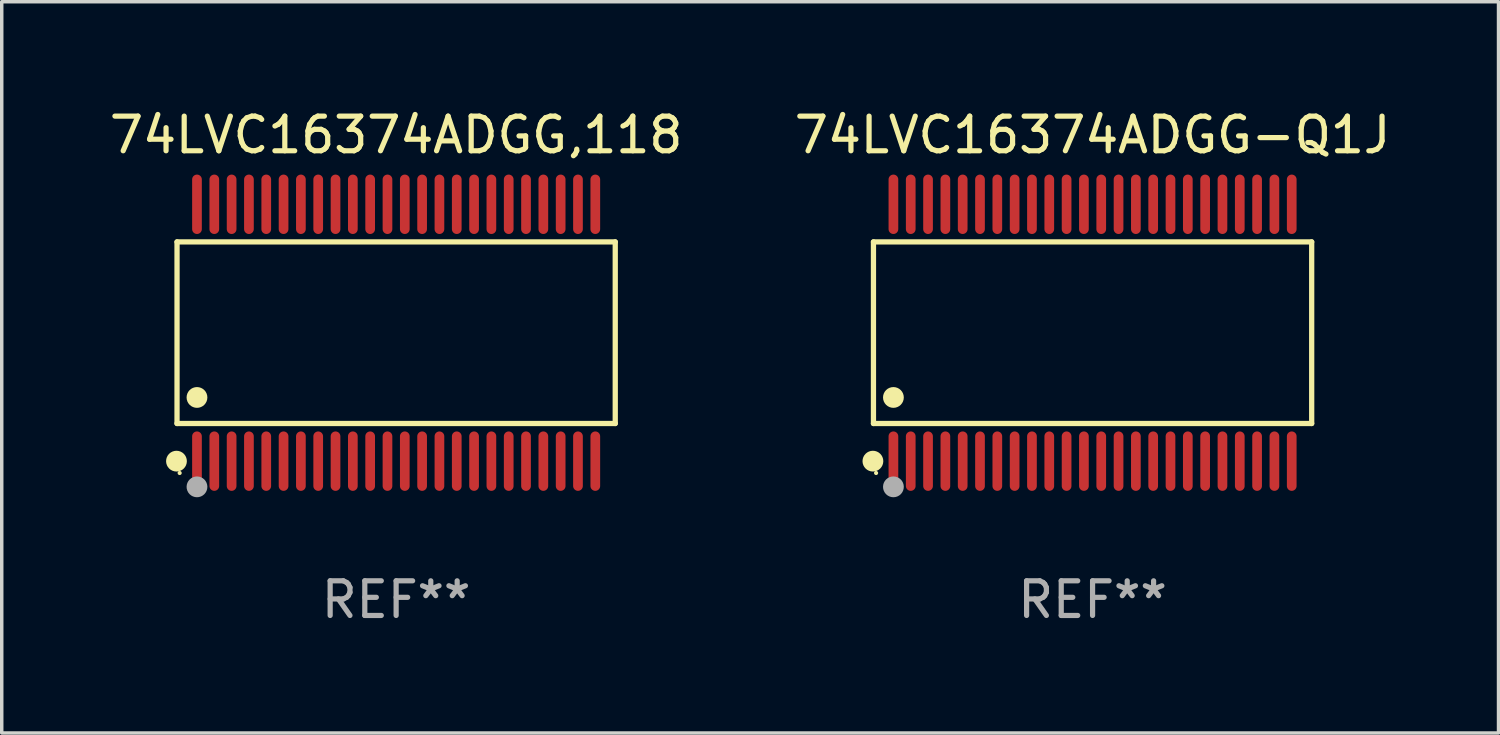
<source format=kicad_pcb>
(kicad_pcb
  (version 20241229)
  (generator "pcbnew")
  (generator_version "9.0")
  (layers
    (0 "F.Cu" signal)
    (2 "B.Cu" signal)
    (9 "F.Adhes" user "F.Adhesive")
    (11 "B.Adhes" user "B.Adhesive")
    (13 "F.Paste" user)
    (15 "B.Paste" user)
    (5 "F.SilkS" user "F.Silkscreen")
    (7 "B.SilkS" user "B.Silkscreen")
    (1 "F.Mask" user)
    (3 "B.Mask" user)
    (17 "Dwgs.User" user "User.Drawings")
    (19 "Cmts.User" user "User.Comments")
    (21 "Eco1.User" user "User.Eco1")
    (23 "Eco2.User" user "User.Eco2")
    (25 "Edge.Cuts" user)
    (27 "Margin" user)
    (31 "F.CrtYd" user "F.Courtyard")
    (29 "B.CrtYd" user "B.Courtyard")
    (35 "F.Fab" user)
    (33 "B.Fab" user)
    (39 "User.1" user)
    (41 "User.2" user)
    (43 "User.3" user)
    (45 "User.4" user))
  (footprint "74LVC16374ADGG-Q1J"
    (layer "F.Cu")
    (at 28.494 6.556)
    (property "Reference" "74LVC16374ADGG-Q1J" (at 0 -5.708 0) (layer "F.SilkS") (effects (font (size 1 1) (thickness 0.15))))
    (attr through_hole)
    (fp_line (start -6.326 -2.622) (end 6.326 -2.622) (stroke (width 0.152) (type solid)) (layer "F.SilkS"))
    (fp_line (start -6.326 2.621) (end -6.326 -2.622) (stroke (width 0.152) (type solid)) (layer "F.SilkS"))
    (fp_line (start 6.326 -2.622) (end 6.326 2.621) (stroke (width 0.152) (type solid)) (layer "F.SilkS"))
    (fp_line (start 6.326 2.621) (end -6.326 2.621) (stroke (width 0.152) (type solid)) (layer "F.SilkS"))
    (fp_circle (center -6.342 3.708) (end -6.192 3.708) (stroke (width 0.3) (type solid)) (fill no) (layer "F.SilkS"))
    (fp_circle (center -6.25 4.05) (end -6.22 4.05) (stroke (width 0.06) (type solid)) (fill no) (layer "F.SilkS"))
    (fp_circle (center -5.75 1.869) (end -5.6 1.869) (stroke (width 0.3) (type solid)) (fill no) (layer "F.SilkS"))
    (fp_circle (center -5.75 4.45) (end -5.6 4.45) (stroke (width 0.3) (type solid)) (fill no) (layer "F.Fab"))
    (fp_text user "REF**" (at 0 7.708 0) (layer "F.Fab") (effects (font (size 1 1) (thickness 0.15))))
    (pad "1" smd oval (at -5.75 3.708) (size 0.28 1.715) (layers "F.Cu" "F.Mask" "F.Paste"))
    (pad "2" smd oval (at -5.25 3.708) (size 0.28 1.715) (layers "F.Cu" "F.Mask" "F.Paste"))
    (pad "3" smd oval (at -4.75 3.708) (size 0.28 1.715) (layers "F.Cu" "F.Mask" "F.Paste"))
    (pad "4" smd oval (at -4.25 3.708) (size 0.28 1.715) (layers "F.Cu" "F.Mask" "F.Paste"))
    (pad "5" smd oval (at -3.75 3.708) (size 0.28 1.715) (layers "F.Cu" "F.Mask" "F.Paste"))
    (pad "6" smd oval (at -3.25 3.708) (size 0.28 1.715) (layers "F.Cu" "F.Mask" "F.Paste"))
    (pad "7" smd oval (at -2.75 3.708) (size 0.28 1.715) (layers "F.Cu" "F.Mask" "F.Paste"))
    (pad "8" smd oval (at -2.25 3.708) (size 0.28 1.715) (layers "F.Cu" "F.Mask" "F.Paste"))
    (pad "9" smd oval (at -1.75 3.708) (size 0.28 1.715) (layers "F.Cu" "F.Mask" "F.Paste"))
    (pad "10" smd oval (at -1.25 3.708) (size 0.28 1.715) (layers "F.Cu" "F.Mask" "F.Paste"))
    (pad "11" smd oval (at -0.75 3.708) (size 0.28 1.715) (layers "F.Cu" "F.Mask" "F.Paste"))
    (pad "12" smd oval (at -0.25 3.708) (size 0.28 1.715) (layers "F.Cu" "F.Mask" "F.Paste"))
    (pad "13" smd oval (at 0.25 3.708) (size 0.28 1.715) (layers "F.Cu" "F.Mask" "F.Paste"))
    (pad "14" smd oval (at 0.75 3.708) (size 0.28 1.715) (layers "F.Cu" "F.Mask" "F.Paste"))
    (pad "15" smd oval (at 1.25 3.708) (size 0.28 1.715) (layers "F.Cu" "F.Mask" "F.Paste"))
    (pad "16" smd oval (at 1.75 3.708) (size 0.28 1.715) (layers "F.Cu" "F.Mask" "F.Paste"))
    (pad "17" smd oval (at 2.25 3.708) (size 0.28 1.715) (layers "F.Cu" "F.Mask" "F.Paste"))
    (pad "18" smd oval (at 2.75 3.708) (size 0.28 1.715) (layers "F.Cu" "F.Mask" "F.Paste"))
    (pad "19" smd oval (at 3.25 3.708) (size 0.28 1.715) (layers "F.Cu" "F.Mask" "F.Paste"))
    (pad "20" smd oval (at 3.75 3.708) (size 0.28 1.715) (layers "F.Cu" "F.Mask" "F.Paste"))
    (pad "21" smd oval (at 4.25 3.708) (size 0.28 1.715) (layers "F.Cu" "F.Mask" "F.Paste"))
    (pad "22" smd oval (at 4.75 3.708) (size 0.28 1.715) (layers "F.Cu" "F.Mask" "F.Paste"))
    (pad "23" smd oval (at 5.25 3.708) (size 0.28 1.715) (layers "F.Cu" "F.Mask" "F.Paste"))
    (pad "24" smd oval (at 5.75 3.708) (size 0.28 1.715) (layers "F.Cu" "F.Mask" "F.Paste"))
    (pad "25" smd oval (at 5.75 -3.708) (size 0.28 1.715) (layers "F.Cu" "F.Mask" "F.Paste"))
    (pad "26" smd oval (at 5.25 -3.708) (size 0.28 1.715) (layers "F.Cu" "F.Mask" "F.Paste"))
    (pad "27" smd oval (at 4.75 -3.708) (size 0.28 1.715) (layers "F.Cu" "F.Mask" "F.Paste"))
    (pad "28" smd oval (at 4.25 -3.708) (size 0.28 1.715) (layers "F.Cu" "F.Mask" "F.Paste"))
    (pad "29" smd oval (at 3.75 -3.708) (size 0.28 1.715) (layers "F.Cu" "F.Mask" "F.Paste"))
    (pad "30" smd oval (at 3.25 -3.708) (size 0.28 1.715) (layers "F.Cu" "F.Mask" "F.Paste"))
    (pad "31" smd oval (at 2.75 -3.708) (size 0.28 1.715) (layers "F.Cu" "F.Mask" "F.Paste"))
    (pad "32" smd oval (at 2.25 -3.708) (size 0.28 1.715) (layers "F.Cu" "F.Mask" "F.Paste"))
    (pad "33" smd oval (at 1.75 -3.708) (size 0.28 1.715) (layers "F.Cu" "F.Mask" "F.Paste"))
    (pad "34" smd oval (at 1.25 -3.708) (size 0.28 1.715) (layers "F.Cu" "F.Mask" "F.Paste"))
    (pad "35" smd oval (at 0.75 -3.708) (size 0.28 1.715) (layers "F.Cu" "F.Mask" "F.Paste"))
    (pad "36" smd oval (at 0.25 -3.708) (size 0.28 1.715) (layers "F.Cu" "F.Mask" "F.Paste"))
    (pad "37" smd oval (at -0.25 -3.708) (size 0.28 1.715) (layers "F.Cu" "F.Mask" "F.Paste"))
    (pad "38" smd oval (at -0.75 -3.708) (size 0.28 1.715) (layers "F.Cu" "F.Mask" "F.Paste"))
    (pad "39" smd oval (at -1.25 -3.708) (size 0.28 1.715) (layers "F.Cu" "F.Mask" "F.Paste"))
    (pad "40" smd oval (at -1.75 -3.708) (size 0.28 1.715) (layers "F.Cu" "F.Mask" "F.Paste"))
    (pad "41" smd oval (at -2.25 -3.708) (size 0.28 1.715) (layers "F.Cu" "F.Mask" "F.Paste"))
    (pad "42" smd oval (at -2.75 -3.708) (size 0.28 1.715) (layers "F.Cu" "F.Mask" "F.Paste"))
    (pad "43" smd oval (at -3.25 -3.708) (size 0.28 1.715) (layers "F.Cu" "F.Mask" "F.Paste"))
    (pad "44" smd oval (at -3.75 -3.708) (size 0.28 1.715) (layers "F.Cu" "F.Mask" "F.Paste"))
    (pad "45" smd oval (at -4.25 -3.708) (size 0.28 1.715) (layers "F.Cu" "F.Mask" "F.Paste"))
    (pad "46" smd oval (at -4.75 -3.708) (size 0.28 1.715) (layers "F.Cu" "F.Mask" "F.Paste"))
    (pad "47" smd oval (at -5.25 -3.708) (size 0.28 1.715) (layers "F.Cu" "F.Mask" "F.Paste"))
    (pad "48" smd oval (at -5.75 -3.708) (size 0.28 1.715) (layers "F.Cu" "F.Mask" "F.Paste")))
  (footprint "74LVC16374ADGG,118"
    (layer "F.Cu")
    (at 8.387 6.556)
    (property "Reference" "74LVC16374ADGG,118" (at 0 -5.708 0) (layer "F.SilkS") (effects (font (size 1 1) (thickness 0.15))))
    (attr through_hole)
    (fp_line (start -6.326 -2.622) (end 6.326 -2.622) (stroke (width 0.152) (type solid)) (layer "F.SilkS"))
    (fp_line (start -6.326 2.621) (end -6.326 -2.622) (stroke (width 0.152) (type solid)) (layer "F.SilkS"))
    (fp_line (start 6.326 -2.622) (end 6.326 2.621) (stroke (width 0.152) (type solid)) (layer "F.SilkS"))
    (fp_line (start 6.326 2.621) (end -6.326 2.621) (stroke (width 0.152) (type solid)) (layer "F.SilkS"))
    (fp_circle (center -6.342 3.708) (end -6.192 3.708) (stroke (width 0.3) (type solid)) (fill no) (layer "F.SilkS"))
    (fp_circle (center -6.25 4.05) (end -6.22 4.05) (stroke (width 0.06) (type solid)) (fill no) (layer "F.SilkS"))
    (fp_circle (center -5.75 1.869) (end -5.6 1.869) (stroke (width 0.3) (type solid)) (fill no) (layer "F.SilkS"))
    (fp_circle (center -5.75 4.45) (end -5.6 4.45) (stroke (width 0.3) (type solid)) (fill no) (layer "F.Fab"))
    (fp_text user "REF**" (at 0 7.708 0) (layer "F.Fab") (effects (font (size 1 1) (thickness 0.15))))
    (pad "1" smd oval (at -5.75 3.708) (size 0.28 1.715) (layers "F.Cu" "F.Mask" "F.Paste"))
    (pad "2" smd oval (at -5.25 3.708) (size 0.28 1.715) (layers "F.Cu" "F.Mask" "F.Paste"))
    (pad "3" smd oval (at -4.75 3.708) (size 0.28 1.715) (layers "F.Cu" "F.Mask" "F.Paste"))
    (pad "4" smd oval (at -4.25 3.708) (size 0.28 1.715) (layers "F.Cu" "F.Mask" "F.Paste"))
    (pad "5" smd oval (at -3.75 3.708) (size 0.28 1.715) (layers "F.Cu" "F.Mask" "F.Paste"))
    (pad "6" smd oval (at -3.25 3.708) (size 0.28 1.715) (layers "F.Cu" "F.Mask" "F.Paste"))
    (pad "7" smd oval (at -2.75 3.708) (size 0.28 1.715) (layers "F.Cu" "F.Mask" "F.Paste"))
    (pad "8" smd oval (at -2.25 3.708) (size 0.28 1.715) (layers "F.Cu" "F.Mask" "F.Paste"))
    (pad "9" smd oval (at -1.75 3.708) (size 0.28 1.715) (layers "F.Cu" "F.Mask" "F.Paste"))
    (pad "10" smd oval (at -1.25 3.708) (size 0.28 1.715) (layers "F.Cu" "F.Mask" "F.Paste"))
    (pad "11" smd oval (at -0.75 3.708) (size 0.28 1.715) (layers "F.Cu" "F.Mask" "F.Paste"))
    (pad "12" smd oval (at -0.25 3.708) (size 0.28 1.715) (layers "F.Cu" "F.Mask" "F.Paste"))
    (pad "13" smd oval (at 0.25 3.708) (size 0.28 1.715) (layers "F.Cu" "F.Mask" "F.Paste"))
    (pad "14" smd oval (at 0.75 3.708) (size 0.28 1.715) (layers "F.Cu" "F.Mask" "F.Paste"))
    (pad "15" smd oval (at 1.25 3.708) (size 0.28 1.715) (layers "F.Cu" "F.Mask" "F.Paste"))
    (pad "16" smd oval (at 1.75 3.708) (size 0.28 1.715) (layers "F.Cu" "F.Mask" "F.Paste"))
    (pad "17" smd oval (at 2.25 3.708) (size 0.28 1.715) (layers "F.Cu" "F.Mask" "F.Paste"))
    (pad "18" smd oval (at 2.75 3.708) (size 0.28 1.715) (layers "F.Cu" "F.Mask" "F.Paste"))
    (pad "19" smd oval (at 3.25 3.708) (size 0.28 1.715) (layers "F.Cu" "F.Mask" "F.Paste"))
    (pad "20" smd oval (at 3.75 3.708) (size 0.28 1.715) (layers "F.Cu" "F.Mask" "F.Paste"))
    (pad "21" smd oval (at 4.25 3.708) (size 0.28 1.715) (layers "F.Cu" "F.Mask" "F.Paste"))
    (pad "22" smd oval (at 4.75 3.708) (size 0.28 1.715) (layers "F.Cu" "F.Mask" "F.Paste"))
    (pad "23" smd oval (at 5.25 3.708) (size 0.28 1.715) (layers "F.Cu" "F.Mask" "F.Paste"))
    (pad "24" smd oval (at 5.75 3.708) (size 0.28 1.715) (layers "F.Cu" "F.Mask" "F.Paste"))
    (pad "25" smd oval (at 5.75 -3.708) (size 0.28 1.715) (layers "F.Cu" "F.Mask" "F.Paste"))
    (pad "26" smd oval (at 5.25 -3.708) (size 0.28 1.715) (layers "F.Cu" "F.Mask" "F.Paste"))
    (pad "27" smd oval (at 4.75 -3.708) (size 0.28 1.715) (layers "F.Cu" "F.Mask" "F.Paste"))
    (pad "28" smd oval (at 4.25 -3.708) (size 0.28 1.715) (layers "F.Cu" "F.Mask" "F.Paste"))
    (pad "29" smd oval (at 3.75 -3.708) (size 0.28 1.715) (layers "F.Cu" "F.Mask" "F.Paste"))
    (pad "30" smd oval (at 3.25 -3.708) (size 0.28 1.715) (layers "F.Cu" "F.Mask" "F.Paste"))
    (pad "31" smd oval (at 2.75 -3.708) (size 0.28 1.715) (layers "F.Cu" "F.Mask" "F.Paste"))
    (pad "32" smd oval (at 2.25 -3.708) (size 0.28 1.715) (layers "F.Cu" "F.Mask" "F.Paste"))
    (pad "33" smd oval (at 1.75 -3.708) (size 0.28 1.715) (layers "F.Cu" "F.Mask" "F.Paste"))
    (pad "34" smd oval (at 1.25 -3.708) (size 0.28 1.715) (layers "F.Cu" "F.Mask" "F.Paste"))
    (pad "35" smd oval (at 0.75 -3.708) (size 0.28 1.715) (layers "F.Cu" "F.Mask" "F.Paste"))
    (pad "36" smd oval (at 0.25 -3.708) (size 0.28 1.715) (layers "F.Cu" "F.Mask" "F.Paste"))
    (pad "37" smd oval (at -0.25 -3.708) (size 0.28 1.715) (layers "F.Cu" "F.Mask" "F.Paste"))
    (pad "38" smd oval (at -0.75 -3.708) (size 0.28 1.715) (layers "F.Cu" "F.Mask" "F.Paste"))
    (pad "39" smd oval (at -1.25 -3.708) (size 0.28 1.715) (layers "F.Cu" "F.Mask" "F.Paste"))
    (pad "40" smd oval (at -1.75 -3.708) (size 0.28 1.715) (layers "F.Cu" "F.Mask" "F.Paste"))
    (pad "41" smd oval (at -2.25 -3.708) (size 0.28 1.715) (layers "F.Cu" "F.Mask" "F.Paste"))
    (pad "42" smd oval (at -2.75 -3.708) (size 0.28 1.715) (layers "F.Cu" "F.Mask" "F.Paste"))
    (pad "43" smd oval (at -3.25 -3.708) (size 0.28 1.715) (layers "F.Cu" "F.Mask" "F.Paste"))
    (pad "44" smd oval (at -3.75 -3.708) (size 0.28 1.715) (layers "F.Cu" "F.Mask" "F.Paste"))
    (pad "45" smd oval (at -4.25 -3.708) (size 0.28 1.715) (layers "F.Cu" "F.Mask" "F.Paste"))
    (pad "46" smd oval (at -4.75 -3.708) (size 0.28 1.715) (layers "F.Cu" "F.Mask" "F.Paste"))
    (pad "47" smd oval (at -5.25 -3.708) (size 0.28 1.715) (layers "F.Cu" "F.Mask" "F.Paste"))
    (pad "48" smd oval (at -5.75 -3.708) (size 0.28 1.715) (layers "F.Cu" "F.Mask" "F.Paste")))
  (gr_rect
    (start -3 -3)
    (end 40.214 18.112)
    (stroke (width 0.1) (type default))
    (fill no)
    (layer "Edge.Cuts")))
</source>
